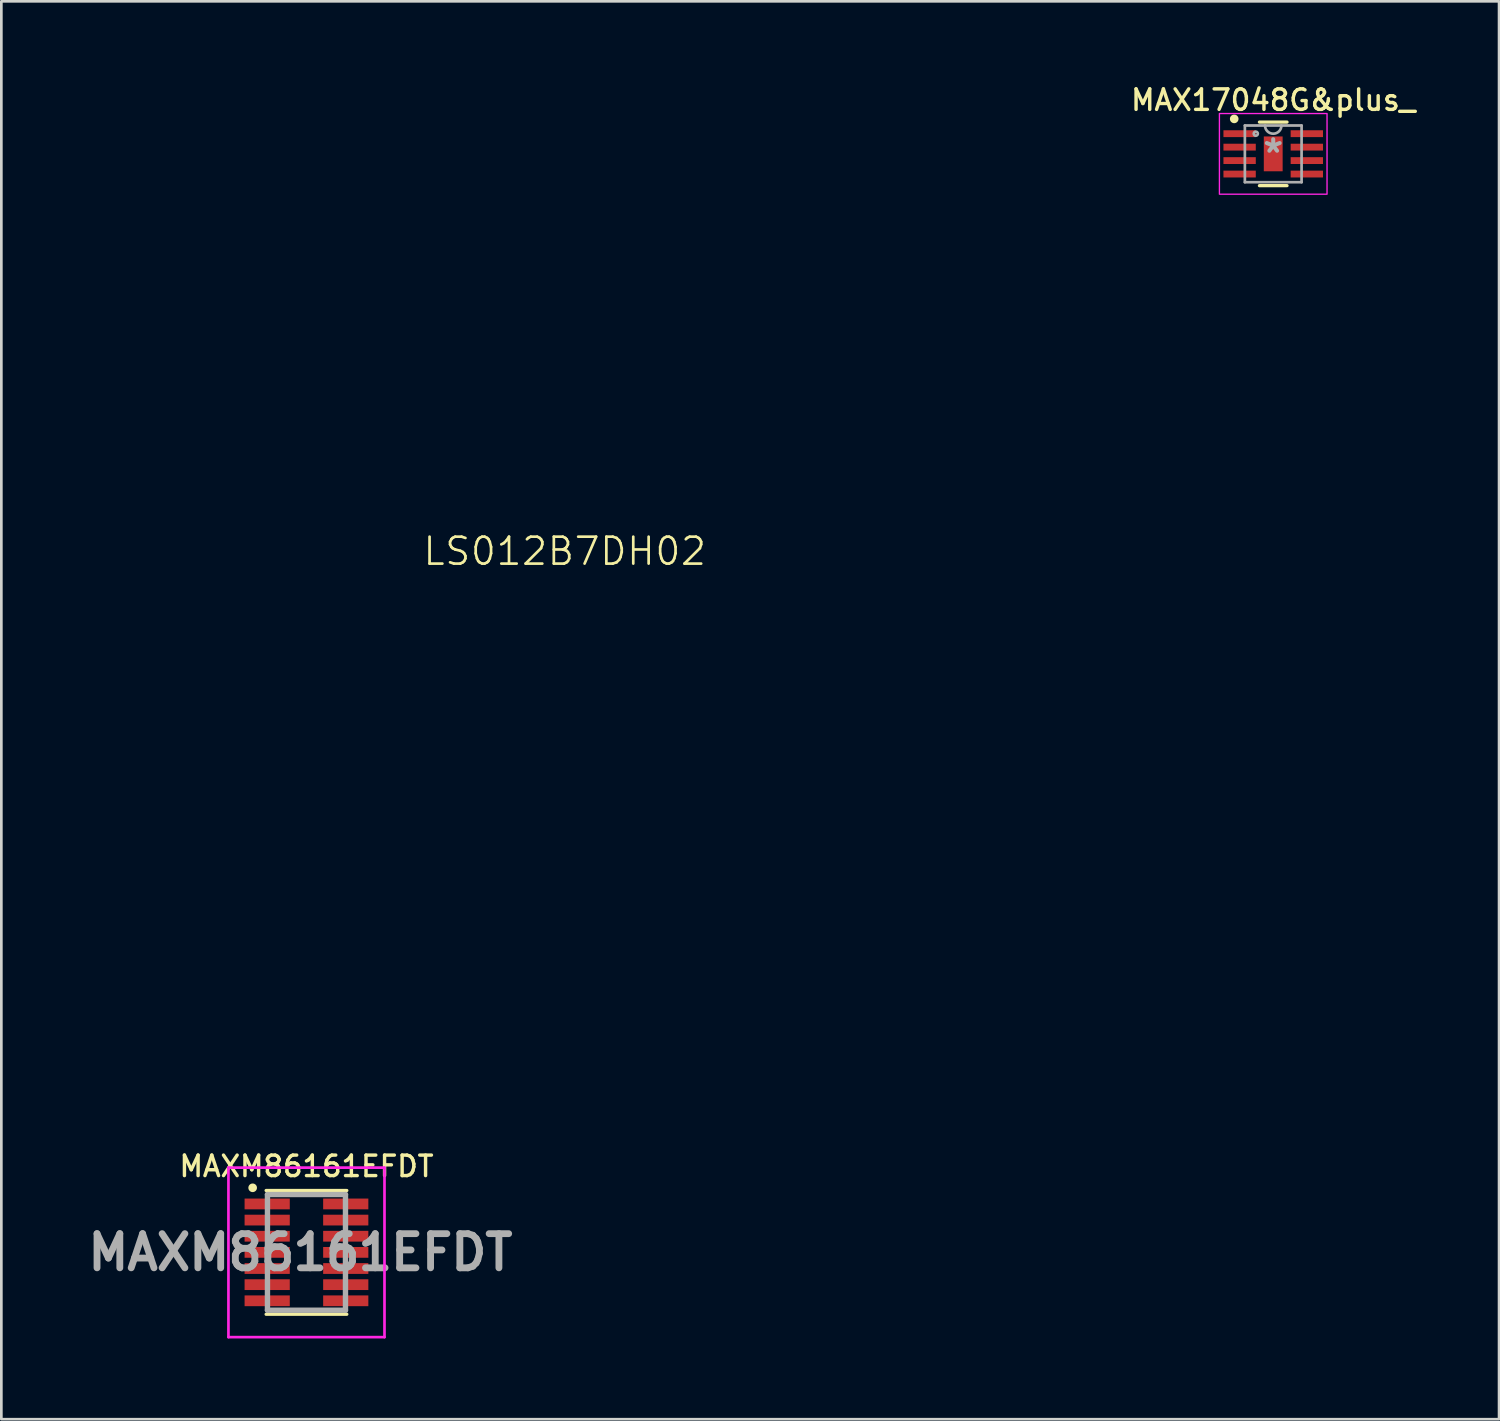
<source format=kicad_pcb>
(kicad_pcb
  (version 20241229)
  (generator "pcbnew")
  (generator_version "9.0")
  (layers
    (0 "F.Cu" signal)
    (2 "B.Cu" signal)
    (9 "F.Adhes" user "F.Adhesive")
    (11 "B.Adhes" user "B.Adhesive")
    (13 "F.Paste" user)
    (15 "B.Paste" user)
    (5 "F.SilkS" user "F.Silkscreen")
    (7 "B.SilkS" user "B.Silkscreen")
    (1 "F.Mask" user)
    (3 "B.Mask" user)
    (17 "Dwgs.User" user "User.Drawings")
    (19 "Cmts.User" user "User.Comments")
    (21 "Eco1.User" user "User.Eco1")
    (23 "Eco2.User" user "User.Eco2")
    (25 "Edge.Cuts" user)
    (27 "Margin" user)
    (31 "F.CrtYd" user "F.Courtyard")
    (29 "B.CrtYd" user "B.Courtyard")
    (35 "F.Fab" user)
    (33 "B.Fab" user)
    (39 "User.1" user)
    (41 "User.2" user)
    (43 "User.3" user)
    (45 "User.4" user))
  (footprint "LS012B7DH02"
    (layer "F.Cu")
    (at 17.94 17.94)
    (property "Reference" "LS012B7DH02" (at 0 -0.5 0) (unlocked yes) (layer "F.SilkS") (effects (font (size 1 1) (thickness 0.1))))
    (fp_line (start -17.89 -8.592) (end -17.89 7.892) (stroke (width 0.1) (type solid)) (layer "User.3"))
    (fp_line (start -17.89 -8.592) (end -8.592 -17.89) (stroke (width 0.1) (type solid)) (layer "User.3"))
    (fp_line (start -17.89 7.892) (end -7.142 18.64) (stroke (width 0.1) (type solid)) (layer "User.3"))
    (fp_line (start -8.592 -17.89) (end 8.592 -17.89) (stroke (width 0.1) (type solid)) (layer "User.3"))
    (fp_line (start -7.142 18.64) (end 7.142 18.64) (stroke (width 0.1) (type solid)) (layer "User.3"))
    (fp_line (start 7.142 18.64) (end 17.89 7.892) (stroke (width 0.1) (type solid)) (layer "User.3"))
    (fp_line (start 17.89 -8.592) (end 8.592 -17.89) (stroke (width 0.1) (type solid)) (layer "User.3"))
    (fp_line (start 17.89 -8.592) (end 17.89 7.892) (stroke (width 0.004) (type solid)) (layer "User.3"))
    (fp_circle (center 0 0) (end 15.24 0) (stroke (width 0.1) (type solid)) (fill no) (layer "User.3")))
  (footprint "MAXM86161EFDT"
    (layer "F.Cu")
    (at 8.341 43.499)
    (property "Reference" "MAXM86161EFDT" (at 0 -3.2 0) (layer "F.SilkS") (effects (font (size 0.762 0.762) (thickness 0.127))))
    (attr smd)
    (fp_line (start -1.5 -2.3) (end 1.5 -2.3) (stroke (width 0.12) (type solid)) (layer "F.SilkS"))
    (fp_line (start -1.5 2.3) (end 1.5 2.3) (stroke (width 0.12) (type solid)) (layer "F.SilkS"))
    (fp_circle (center -2 -2.4) (end -1.9 -2.4) (stroke (width 0.12) (type solid)) (fill yes) (layer "F.SilkS"))
    (fp_line (start -2.9 -3.15) (end 2.9 -3.15) (stroke (width 0.1) (type solid)) (layer "F.CrtYd"))
    (fp_line (start -2.9 3.15) (end -2.9 -3.15) (stroke (width 0.1) (type solid)) (layer "F.CrtYd"))
    (fp_line (start 2.9 -3.15) (end 2.9 3.15) (stroke (width 0.1) (type solid)) (layer "F.CrtYd"))
    (fp_line (start 2.9 3.15) (end -2.9 3.15) (stroke (width 0.1) (type solid)) (layer "F.CrtYd"))
    (fp_line (start -1.45 -2.15) (end 1.45 -2.15) (stroke (width 0.2) (type solid)) (layer "F.Fab"))
    (fp_line (start -1.45 2.15) (end -1.45 -2.15) (stroke (width 0.2) (type solid)) (layer "F.Fab"))
    (fp_line (start 1.45 -2.15) (end 1.45 2.15) (stroke (width 0.2) (type solid)) (layer "F.Fab"))
    (fp_line (start 1.45 2.15) (end -1.45 2.15) (stroke (width 0.2) (type solid)) (layer "F.Fab"))
    (fp_text user "${REFERENCE}" (at -0.225 0 0) (layer "F.Fab") (effects (font (size 1.27 1.27) (thickness 0.254))))
    (pad "1" smd rect (at -1.46 -1.8 90) (size 0.4 1.68) (layers "F.Cu" "F.Mask" "F.Paste"))
    (pad "2" smd rect (at -1.46 -1.2 90) (size 0.4 1.68) (layers "F.Cu" "F.Mask" "F.Paste"))
    (pad "3" smd rect (at -1.46 -0.6 90) (size 0.4 1.68) (layers "F.Cu" "F.Mask" "F.Paste"))
    (pad "4" smd rect (at -1.46 0 90) (size 0.4 1.68) (layers "F.Cu" "F.Mask" "F.Paste"))
    (pad "5" smd rect (at -1.46 0.6 90) (size 0.4 1.68) (layers "F.Cu" "F.Mask" "F.Paste"))
    (pad "6" smd rect (at -1.46 1.2 90) (size 0.4 1.68) (layers "F.Cu" "F.Mask" "F.Paste"))
    (pad "7" smd rect (at -1.46 1.8 90) (size 0.4 1.68) (layers "F.Cu" "F.Mask" "F.Paste"))
    (pad "8" smd rect (at 1.46 1.8 90) (size 0.4 1.68) (layers "F.Cu" "F.Mask" "F.Paste"))
    (pad "9" smd rect (at 1.46 1.2 90) (size 0.4 1.68) (layers "F.Cu" "F.Mask" "F.Paste"))
    (pad "10" smd rect (at 1.46 0.6 90) (size 0.4 1.68) (layers "F.Cu" "F.Mask" "F.Paste"))
    (pad "11" smd rect (at 1.46 0 90) (size 0.4 1.68) (layers "F.Cu" "F.Mask" "F.Paste"))
    (pad "12" smd rect (at 1.46 -0.6 90) (size 0.4 1.68) (layers "F.Cu" "F.Mask" "F.Paste"))
    (pad "13" smd rect (at 1.46 -1.2 90) (size 0.4 1.68) (layers "F.Cu" "F.Mask" "F.Paste"))
    (pad "14" smd rect (at 1.46 -1.8 90) (size 0.4 1.68) (layers "F.Cu" "F.Mask" "F.Paste")))
  (footprint "MAX17048G&plus_"
    (layer "F.Cu")
    (at 44.274 2.669)
    (property "Reference" "MAX17048G&plus_" (at 0 -2 0) (layer "F.SilkS") (effects (font (size 0.762 0.762) (thickness 0.127))))
    (attr through_hole)
    (fp_line (start -0.513 1.181) (end 0.513 1.181) (stroke (width 0.12) (type solid)) (layer "F.SilkS"))
    (fp_line (start 0.513 -1.181) (end -0.513 -1.181) (stroke (width 0.12) (type solid)) (layer "F.SilkS"))
    (fp_circle (center -1.45 -1.3) (end -1.35 -1.3) (stroke (width 0.12) (type solid)) (fill yes) (layer "F.SilkS"))
    (fp_rect (start -2 1.5) (end 2 -1.5) (stroke (width 0.05) (type solid)) (fill no) (layer "F.CrtYd"))
    (fp_line (start -1.054 -1.054) (end -1.054 1.054) (stroke (width 0.1) (type solid)) (layer "F.Fab"))
    (fp_line (start -1.054 1.054) (end 1.054 1.054) (stroke (width 0.1) (type solid)) (layer "F.Fab"))
    (fp_line (start 1.054 -1.054) (end -1.054 -1.054) (stroke (width 0.1) (type solid)) (layer "F.Fab"))
    (fp_line (start 1.054 1.054) (end 1.054 -1.054) (stroke (width 0.1) (type solid)) (layer "F.Fab"))
    (fp_arc (start 0.3048 -1.0541) (mid 0 -0.7493) (end -0.3048 -1.0541) (stroke (width 0.1) (type solid)) (layer "F.Fab"))
    (fp_circle (center -0.648 -0.75) (end -0.572 -0.75) (stroke (width 0.1) (type solid)) (fill no) (layer "F.Fab"))
    (fp_text user "*" (at 0 0 0) (layer "F.Fab") (effects (font (size 1 1) (thickness 0.15))))
    (pad "1" smd rect (at -1.249 -0.75) (size 1.202 0.254) (layers "F.Cu" "F.Mask" "F.Paste"))
    (pad "2" smd rect (at -1.249 -0.25) (size 1.202 0.254) (layers "F.Cu" "F.Mask" "F.Paste"))
    (pad "3" smd rect (at -1.249 0.25) (size 1.202 0.254) (layers "F.Cu" "F.Mask" "F.Paste"))
    (pad "4" smd rect (at -1.249 0.75) (size 1.202 0.254) (layers "F.Cu" "F.Mask" "F.Paste"))
    (pad "5" smd rect (at 1.249 0.75) (size 1.202 0.254) (layers "F.Cu" "F.Mask" "F.Paste"))
    (pad "6" smd rect (at 1.249 0.25) (size 1.202 0.254) (layers "F.Cu" "F.Mask" "F.Paste"))
    (pad "7" smd rect (at 1.249 -0.25) (size 1.202 0.254) (layers "F.Cu" "F.Mask" "F.Paste"))
    (pad "8" smd rect (at 1.249 -0.75) (size 1.202 0.254) (layers "F.Cu" "F.Mask" "F.Paste"))
    (pad "9" smd rect (at 0 0) (size 0.7 1.295) (layers "F.Cu" "F.Mask" "F.Paste")))
  (gr_rect
    (start -3 -3)
    (end 52.668 49.699)
    (stroke (width 0.1) (type default))
    (fill no)
    (layer "Edge.Cuts")))
</source>
